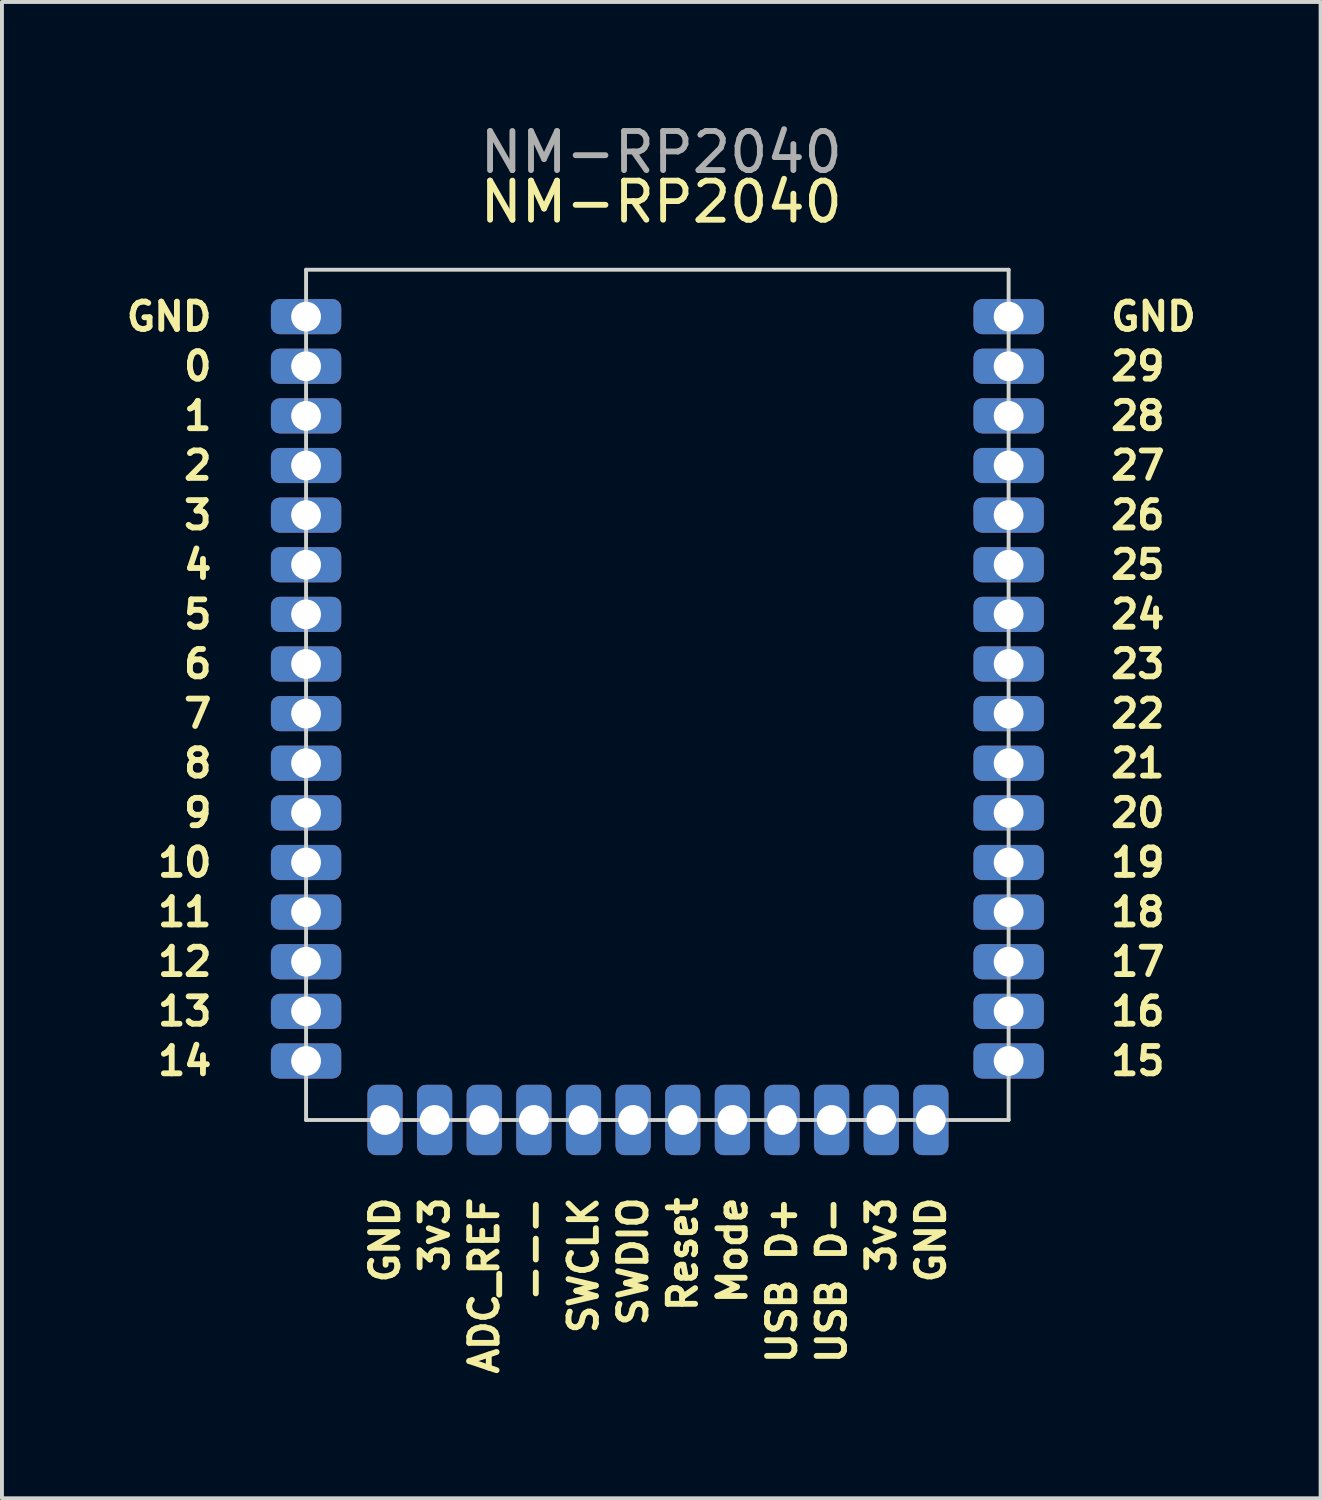
<source format=kicad_pcb>
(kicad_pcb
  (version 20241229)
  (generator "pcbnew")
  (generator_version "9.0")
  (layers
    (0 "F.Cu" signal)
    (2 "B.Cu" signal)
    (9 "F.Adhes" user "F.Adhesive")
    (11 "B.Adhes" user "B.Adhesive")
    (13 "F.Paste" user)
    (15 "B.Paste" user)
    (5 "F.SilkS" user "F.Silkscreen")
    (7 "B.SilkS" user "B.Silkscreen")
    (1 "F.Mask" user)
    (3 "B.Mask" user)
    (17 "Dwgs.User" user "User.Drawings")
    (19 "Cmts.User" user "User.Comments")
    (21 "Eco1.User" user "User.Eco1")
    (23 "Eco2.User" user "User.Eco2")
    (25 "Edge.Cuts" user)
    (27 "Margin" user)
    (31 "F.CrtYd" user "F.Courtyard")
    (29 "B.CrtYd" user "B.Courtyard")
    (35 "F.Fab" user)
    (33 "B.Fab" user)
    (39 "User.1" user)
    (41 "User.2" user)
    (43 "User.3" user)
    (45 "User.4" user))
  (footprint "NM-RP2040"
    (layer "F.Cu")
    (at 13.873 16.088)
    (property "Reference" "NM-RP2040" (at 0 -13.97 0) (unlocked yes) (layer "F.SilkS") (effects (font (size 1 1) (thickness 0.15))))
    (fp_line (start -9.09 -12.235) (end 8.89 -12.235) (stroke (width 0.1) (type solid)) (layer "Edge.Cuts"))
    (fp_line (start -9.09 9.525) (end -9.09 -12.235) (stroke (width 0.1) (type solid)) (layer "Edge.Cuts"))
    (fp_line (start 8.89 -12.235) (end 8.89 9.525) (stroke (width 0.1) (type solid)) (layer "Edge.Cuts"))
    (fp_line (start 8.89 9.525) (end -9.09 9.525) (stroke (width 0.1) (type solid)) (layer "Edge.Cuts"))
    (fp_text user "4" (at -11.43 -4.685 0) (unlocked yes) (layer "F.SilkS") (effects (font (size 0.7 0.7) (thickness 0.15)) (justify right)))
    (fp_text user "---" (at -3.26 11.43 90) (unlocked yes) (layer "F.SilkS") (effects (font (size 0.7 0.7) (thickness 0.15)) (justify right)))
    (fp_text user "17" (at 11.43 5.475 0) (unlocked yes) (layer "F.SilkS") (effects (font (size 0.7 0.7) (thickness 0.15)) (justify left)))
    (fp_text user "13" (at -11.43 6.745 0) (unlocked yes) (layer "F.SilkS") (effects (font (size 0.7 0.7) (thickness 0.15)) (justify right)))
    (fp_text user "GND" (at 11.43 -11.035 0) (unlocked yes) (layer "F.SilkS") (effects (font (size 0.7 0.7) (thickness 0.15)) (justify left)))
    (fp_text user "1" (at -11.43 -8.495 0) (unlocked yes) (layer "F.SilkS") (effects (font (size 0.7 0.7) (thickness 0.15)) (justify right)))
    (fp_text user "6" (at -11.43 -2.145 0) (unlocked yes) (layer "F.SilkS") (effects (font (size 0.7 0.7) (thickness 0.15)) (justify right)))
    (fp_text user "27" (at 11.43 -7.225 0) (unlocked yes) (layer "F.SilkS") (effects (font (size 0.7 0.7) (thickness 0.15)) (justify left)))
    (fp_text user "USB D-" (at 4.36 11.43 90) (unlocked yes) (layer "F.SilkS") (effects (font (size 0.7 0.7) (thickness 0.15)) (justify right)))
    (fp_text user "10" (at -11.43 2.935 0) (unlocked yes) (layer "F.SilkS") (effects (font (size 0.7 0.7) (thickness 0.15)) (justify right)))
    (fp_text user "20" (at 11.43 1.665 0) (unlocked yes) (layer "F.SilkS") (effects (font (size 0.7 0.7) (thickness 0.15)) (justify left)))
    (fp_text user "12" (at -11.43 5.475 0) (unlocked yes) (layer "F.SilkS") (effects (font (size 0.7 0.7) (thickness 0.15)) (justify right)))
    (fp_text user "7" (at -11.43 -0.875 0) (unlocked yes) (layer "F.SilkS") (effects (font (size 0.7 0.7) (thickness 0.15)) (justify right)))
    (fp_text user "SWDIO" (at -0.72 11.43 90) (unlocked yes) (layer "F.SilkS") (effects (font (size 0.7 0.7) (thickness 0.15)) (justify right)))
    (fp_text user "22" (at 11.43 -0.875 0) (unlocked yes) (layer "F.SilkS") (effects (font (size 0.7 0.7) (thickness 0.15)) (justify left)))
    (fp_text user "GND" (at 6.9 11.43 90) (unlocked yes) (layer "F.SilkS") (effects (font (size 0.7 0.7) (thickness 0.15)) (justify right)))
    (fp_text user "19" (at 11.43 2.935 0) (unlocked yes) (layer "F.SilkS") (effects (font (size 0.7 0.7) (thickness 0.15)) (justify left)))
    (fp_text user "18" (at 11.43 4.205 0) (unlocked yes) (layer "F.SilkS") (effects (font (size 0.7 0.7) (thickness 0.15)) (justify left)))
    (fp_text user "Reset" (at 0.55 11.43 90) (unlocked yes) (layer "F.SilkS") (effects (font (size 0.7 0.7) (thickness 0.15)) (justify right)))
    (fp_text user "5" (at -11.43 -3.415 0) (unlocked yes) (layer "F.SilkS") (effects (font (size 0.7 0.7) (thickness 0.15)) (justify right)))
    (fp_text user "26" (at 11.43 -5.955 0) (unlocked yes) (layer "F.SilkS") (effects (font (size 0.7 0.7) (thickness 0.15)) (justify left)))
    (fp_text user "24" (at 11.43 -3.415 0) (unlocked yes) (layer "F.SilkS") (effects (font (size 0.7 0.7) (thickness 0.15)) (justify left)))
    (fp_text user "3v3" (at 5.63 11.43 90) (unlocked yes) (layer "F.SilkS") (effects (font (size 0.7 0.7) (thickness 0.15)) (justify right)))
    (fp_text user "GND" (at -7.07 11.43 90) (unlocked yes) (layer "F.SilkS") (effects (font (size 0.7 0.7) (thickness 0.15)) (justify right)))
    (fp_text user "ADC_REF" (at -4.53 11.43 90) (unlocked yes) (layer "F.SilkS") (effects (font (size 0.7 0.7) (thickness 0.15)) (justify right)))
    (fp_text user "23" (at 11.43 -2.145 0) (unlocked yes) (layer "F.SilkS") (effects (font (size 0.7 0.7) (thickness 0.15)) (justify left)))
    (fp_text user "9" (at -11.43 1.665 0) (unlocked yes) (layer "F.SilkS") (effects (font (size 0.7 0.7) (thickness 0.15)) (justify right)))
    (fp_text user "11" (at -11.43 4.205 0) (unlocked yes) (layer "F.SilkS") (effects (font (size 0.7 0.7) (thickness 0.15)) (justify right)))
    (fp_text user "GND" (at -11.43 -11.035 0) (unlocked yes) (layer "F.SilkS") (effects (font (size 0.7 0.7) (thickness 0.15)) (justify right)))
    (fp_text user "3" (at -11.43 -5.955 0) (unlocked yes) (layer "F.SilkS") (effects (font (size 0.7 0.7) (thickness 0.15)) (justify right)))
    (fp_text user "16" (at 11.43 6.745 0) (unlocked yes) (layer "F.SilkS") (effects (font (size 0.7 0.7) (thickness 0.15)) (justify left)))
    (fp_text user "21" (at 11.43 0.395 0) (unlocked yes) (layer "F.SilkS") (effects (font (size 0.7 0.7) (thickness 0.15)) (justify left)))
    (fp_text user "SWCLK" (at -1.99 11.43 90) (unlocked yes) (layer "F.SilkS") (effects (font (size 0.7 0.7) (thickness 0.15)) (justify right)))
    (fp_text user "8" (at -11.43 0.395 0) (unlocked yes) (layer "F.SilkS") (effects (font (size 0.7 0.7) (thickness 0.15)) (justify right)))
    (fp_text user "25" (at 11.43 -4.685 0) (unlocked yes) (layer "F.SilkS") (effects (font (size 0.7 0.7) (thickness 0.15)) (justify left)))
    (fp_text user "2" (at -11.43 -7.225 0) (unlocked yes) (layer "F.SilkS") (effects (font (size 0.7 0.7) (thickness 0.15)) (justify right)))
    (fp_text user "3v3" (at -5.8 11.43 90) (unlocked yes) (layer "F.SilkS") (effects (font (size 0.7 0.7) (thickness 0.15)) (justify right)))
    (fp_text user "28" (at 11.43 -8.495 0) (unlocked yes) (layer "F.SilkS") (effects (font (size 0.7 0.7) (thickness 0.15)) (justify left)))
    (fp_text user "14" (at -11.43 8.015 0) (unlocked yes) (layer "F.SilkS") (effects (font (size 0.7 0.7) (thickness 0.15)) (justify right)))
    (fp_text user "Mode" (at 1.82 11.43 90) (unlocked yes) (layer "F.SilkS") (effects (font (size 0.7 0.7) (thickness 0.15)) (justify right)))
    (fp_text user "USB D+" (at 3.09 11.43 90) (unlocked yes) (layer "F.SilkS") (effects (font (size 0.7 0.7) (thickness 0.15)) (justify right)))
    (fp_text user "0" (at -11.43 -9.765 0) (unlocked yes) (layer "F.SilkS") (effects (font (size 0.7 0.7) (thickness 0.15)) (justify right)))
    (fp_text user "29" (at 11.43 -9.765 0) (unlocked yes) (layer "F.SilkS") (effects (font (size 0.7 0.7) (thickness 0.15)) (justify left)))
    (fp_text user "15" (at 11.43 8.015 0) (unlocked yes) (layer "F.SilkS") (effects (font (size 0.7 0.7) (thickness 0.15)) (justify left)))
    (fp_text user "${REFERENCE}" (at 0 -15.24 0) (unlocked yes) (layer "F.Fab") (effects (font (size 1 1) (thickness 0.15))))
    (pad "1" thru_hole roundrect (at -9.09 -11.035) (size 1.8 0.9) (drill 0.762) (property pad_prop_castellated) (layers "*.Cu" "*.Mask") (roundrect_rratio 0.25))
    (pad "2" thru_hole roundrect (at -9.09 -9.765) (size 1.8 0.9) (drill 0.762) (property pad_prop_castellated) (layers "*.Cu" "*.Mask") (roundrect_rratio 0.25))
    (pad "3" thru_hole roundrect (at -9.09 -8.495) (size 1.8 0.9) (drill 0.762) (property pad_prop_castellated) (layers "*.Cu" "*.Mask") (roundrect_rratio 0.25))
    (pad "4" thru_hole roundrect (at -9.09 -7.225) (size 1.8 0.9) (drill 0.762) (layers "*.Cu" "*.Mask") (roundrect_rratio 0.25))
    (pad "5" thru_hole roundrect (at -9.09 -5.955) (size 1.8 0.9) (drill 0.762) (layers "*.Cu" "*.Mask") (roundrect_rratio 0.25))
    (pad "6" thru_hole roundrect (at -9.09 -4.685) (size 1.8 0.9) (drill 0.762) (layers "*.Cu" "*.Mask") (roundrect_rratio 0.25))
    (pad "7" thru_hole roundrect (at -9.09 -3.415) (size 1.8 0.9) (drill 0.762) (layers "*.Cu" "*.Mask") (roundrect_rratio 0.25))
    (pad "8" thru_hole roundrect (at -9.09 -2.145) (size 1.8 0.9) (drill 0.762) (layers "*.Cu" "*.Mask") (roundrect_rratio 0.25))
    (pad "9" thru_hole roundrect (at -9.09 -0.875) (size 1.8 0.9) (drill 0.762) (layers "*.Cu" "*.Mask") (roundrect_rratio 0.25))
    (pad "10" thru_hole roundrect (at -9.09 0.395) (size 1.8 0.9) (drill 0.762) (layers "*.Cu" "*.Mask") (roundrect_rratio 0.25))
    (pad "11" thru_hole roundrect (at -9.09 1.665) (size 1.8 0.9) (drill 0.762) (layers "*.Cu" "*.Mask") (roundrect_rratio 0.25))
    (pad "12" thru_hole roundrect (at -9.09 2.935) (size 1.8 0.9) (drill 0.762) (layers "*.Cu" "*.Mask") (roundrect_rratio 0.25))
    (pad "13" thru_hole roundrect (at -9.09 4.205) (size 1.8 0.9) (drill 0.762) (layers "*.Cu" "*.Mask") (roundrect_rratio 0.25))
    (pad "14" thru_hole roundrect (at -9.09 5.475) (size 1.8 0.9) (drill 0.762) (layers "*.Cu" "*.Mask") (roundrect_rratio 0.25))
    (pad "15" thru_hole roundrect (at -9.09 6.745) (size 1.8 0.9) (drill 0.762) (layers "*.Cu" "*.Mask") (roundrect_rratio 0.25))
    (pad "16" thru_hole roundrect (at -9.09 8.015) (size 1.8 0.9) (drill 0.762) (layers "*.Cu" "*.Mask") (roundrect_rratio 0.25))
    (pad "17" thru_hole roundrect (at -7.07 9.525 90) (size 1.8 0.9) (drill 0.762) (layers "*.Cu" "*.Mask") (roundrect_rratio 0.25))
    (pad "18" thru_hole roundrect (at -5.8 9.525 90) (size 1.8 0.9) (drill 0.762) (layers "*.Cu" "*.Mask") (roundrect_rratio 0.25))
    (pad "19" thru_hole roundrect (at -4.53 9.525 90) (size 1.8 0.9) (drill 0.762) (layers "*.Cu" "*.Mask") (roundrect_rratio 0.25))
    (pad "20" thru_hole roundrect (at -3.26 9.525 90) (size 1.8 0.9) (drill 0.762) (layers "*.Cu" "*.Mask") (roundrect_rratio 0.25))
    (pad "21" thru_hole roundrect (at -1.99 9.525 90) (size 1.8 0.9) (drill 0.762) (layers "*.Cu" "*.Mask") (roundrect_rratio 0.25))
    (pad "22" thru_hole roundrect (at -0.72 9.525 90) (size 1.8 0.9) (drill 0.762) (layers "*.Cu" "*.Mask") (roundrect_rratio 0.25))
    (pad "23" thru_hole roundrect (at 0.55 9.525 90) (size 1.8 0.9) (drill 0.762) (layers "*.Cu" "*.Mask") (roundrect_rratio 0.25))
    (pad "24" thru_hole roundrect (at 1.82 9.525 90) (size 1.8 0.9) (drill 0.762) (layers "*.Cu" "*.Mask") (roundrect_rratio 0.25))
    (pad "25" thru_hole roundrect (at 3.09 9.525 90) (size 1.8 0.9) (drill 0.762) (layers "*.Cu" "*.Mask") (roundrect_rratio 0.25))
    (pad "26" thru_hole roundrect (at 4.36 9.525 90) (size 1.8 0.9) (drill 0.762) (layers "*.Cu" "*.Mask") (roundrect_rratio 0.25))
    (pad "27" thru_hole roundrect (at 5.63 9.525 90) (size 1.8 0.9) (drill 0.762) (layers "*.Cu" "*.Mask") (roundrect_rratio 0.25))
    (pad "28" thru_hole roundrect (at 6.9 9.525 90) (size 1.8 0.9) (drill 0.762) (layers "*.Cu" "*.Mask") (roundrect_rratio 0.25))
    (pad "29" thru_hole roundrect (at 8.89 8.015 180) (size 1.8 0.9) (drill 0.762) (layers "*.Cu" "*.Mask") (roundrect_rratio 0.25))
    (pad "30" thru_hole roundrect (at 8.89 6.745 180) (size 1.8 0.9) (drill 0.762) (layers "*.Cu" "*.Mask") (roundrect_rratio 0.25))
    (pad "31" thru_hole roundrect (at 8.89 5.475 180) (size 1.8 0.9) (drill 0.762) (layers "*.Cu" "*.Mask") (roundrect_rratio 0.25))
    (pad "32" thru_hole roundrect (at 8.89 4.205 180) (size 1.8 0.9) (drill 0.762) (layers "*.Cu" "*.Mask") (roundrect_rratio 0.25))
    (pad "33" thru_hole roundrect (at 8.89 2.935 180) (size 1.8 0.9) (drill 0.762) (layers "*.Cu" "*.Mask") (roundrect_rratio 0.25))
    (pad "34" thru_hole roundrect (at 8.89 1.665 180) (size 1.8 0.9) (drill 0.762) (layers "*.Cu" "*.Mask") (roundrect_rratio 0.25))
    (pad "35" thru_hole roundrect (at 8.89 0.395 180) (size 1.8 0.9) (drill 0.762) (layers "*.Cu" "*.Mask") (roundrect_rratio 0.25))
    (pad "36" thru_hole roundrect (at 8.89 -0.875 180) (size 1.8 0.9) (drill 0.762) (layers "*.Cu" "*.Mask") (roundrect_rratio 0.25))
    (pad "37" thru_hole roundrect (at 8.89 -2.145 180) (size 1.8 0.9) (drill 0.762) (layers "*.Cu" "*.Mask") (roundrect_rratio 0.25))
    (pad "38" thru_hole roundrect (at 8.89 -3.415 180) (size 1.8 0.9) (drill 0.762) (layers "*.Cu" "*.Mask") (roundrect_rratio 0.25))
    (pad "39" thru_hole roundrect (at 8.89 -4.685 180) (size 1.8 0.9) (drill 0.762) (layers "*.Cu" "*.Mask") (roundrect_rratio 0.25))
    (pad "40" thru_hole roundrect (at 8.89 -5.955 180) (size 1.8 0.9) (drill 0.762) (layers "*.Cu" "*.Mask") (roundrect_rratio 0.25))
    (pad "41" thru_hole roundrect (at 8.89 -7.225 180) (size 1.8 0.9) (drill 0.762) (layers "*.Cu" "*.Mask") (roundrect_rratio 0.25))
    (pad "42" thru_hole roundrect (at 8.89 -8.495 180) (size 1.8 0.9) (drill 0.762) (layers "*.Cu" "*.Mask") (roundrect_rratio 0.25))
    (pad "43" thru_hole roundrect (at 8.89 -9.765 180) (size 1.8 0.9) (drill 0.762) (layers "*.Cu" "*.Mask") (roundrect_rratio 0.25))
    (pad "44" thru_hole roundrect (at 8.89 -11.035 180) (size 1.8 0.9) (drill 0.762) (layers "*.Cu" "*.Mask") (roundrect_rratio 0.25)))
  (gr_rect
    (start -3 -3)
    (end 30.747 35.295)
    (stroke (width 0.1) (type default))
    (fill no)
    (layer "Edge.Cuts")))
</source>
